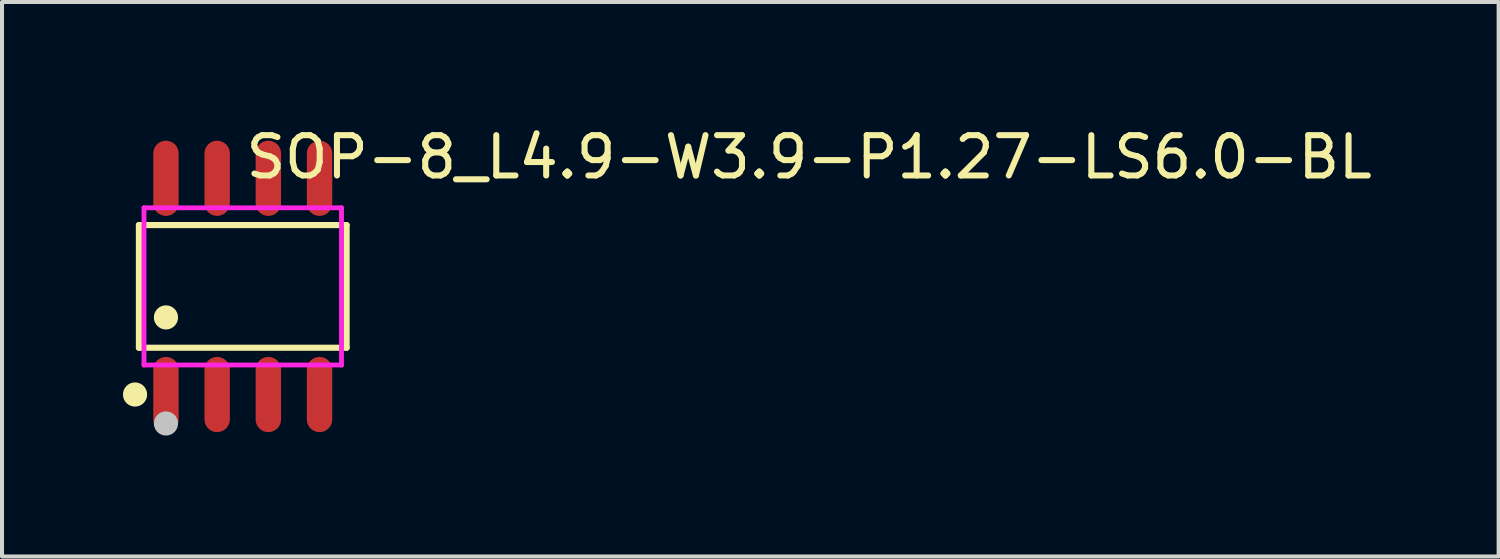
<source format=kicad_pcb>
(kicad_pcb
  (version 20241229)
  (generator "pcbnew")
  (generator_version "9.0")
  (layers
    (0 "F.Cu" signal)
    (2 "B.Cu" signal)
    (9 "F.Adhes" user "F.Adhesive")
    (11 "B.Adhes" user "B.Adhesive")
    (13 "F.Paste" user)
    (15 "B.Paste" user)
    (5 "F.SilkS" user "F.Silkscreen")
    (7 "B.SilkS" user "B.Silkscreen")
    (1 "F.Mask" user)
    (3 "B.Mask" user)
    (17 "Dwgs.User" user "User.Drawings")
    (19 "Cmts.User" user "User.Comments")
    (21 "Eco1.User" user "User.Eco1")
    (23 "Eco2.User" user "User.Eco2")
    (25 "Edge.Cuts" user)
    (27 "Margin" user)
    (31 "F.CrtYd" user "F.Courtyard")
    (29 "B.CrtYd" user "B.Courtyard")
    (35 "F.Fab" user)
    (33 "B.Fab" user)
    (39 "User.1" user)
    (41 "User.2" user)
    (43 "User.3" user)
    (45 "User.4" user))
  (footprint "SOP-8_L4.9-W3.9-P1.27-LS6.0-BL"
    (layer "F.Cu")
    (at 2.972 4.055)
    (property "Reference" "SOP-8_L4.9-W3.9-P1.27-LS6.0-BL" (at 0 -3.207 0) (layer "F.SilkS") (effects (font (size 1 1) (thickness 0.15)) (justify left)))
    (attr through_hole)
    (fp_line (start -2.576 -1.521) (end 2.576 -1.521) (stroke (width 0.152) (type solid)) (layer "F.SilkS"))
    (fp_line (start -2.576 1.521) (end -2.576 -1.521) (stroke (width 0.152) (type solid)) (layer "F.SilkS"))
    (fp_line (start 2.576 -1.521) (end 2.576 1.521) (stroke (width 0.152) (type solid)) (layer "F.SilkS"))
    (fp_line (start 2.576 1.521) (end -2.576 1.521) (stroke (width 0.152) (type solid)) (layer "F.SilkS"))
    (fp_circle (center -2.672 2.682) (end -2.522 2.682) (stroke (width 0.3) (type solid)) (fill no) (layer "F.SilkS"))
    (fp_circle (center -1.905 0.769) (end -1.755 0.769) (stroke (width 0.3) (type solid)) (fill no) (layer "F.SilkS"))
    (fp_circle (center -1.905 3.4) (end -1.755 3.4) (stroke (width 0.3) (type solid)) (fill no) (layer "Dwgs.User"))
    (fp_line (start -2.115 -2.175) (end -1.695 -2.175) (stroke (width 0.12) (type solid)) (layer "Eco2.User"))
    (fp_line (start -2.115 -1.94) (end -2.115 -2.175) (stroke (width 0.12) (type solid)) (layer "Eco2.User"))
    (fp_line (start -2.115 1.94) (end -1.695 1.94) (stroke (width 0.12) (type solid)) (layer "Eco2.User"))
    (fp_line (start -2.115 2.175) (end -2.115 1.94) (stroke (width 0.12) (type solid)) (layer "Eco2.User"))
    (fp_line (start -1.695 -2.175) (end -1.695 -1.94) (stroke (width 0.12) (type solid)) (layer "Eco2.User"))
    (fp_line (start -1.695 -1.94) (end -2.115 -1.94) (stroke (width 0.12) (type solid)) (layer "Eco2.User"))
    (fp_line (start -1.695 1.94) (end -1.695 2.175) (stroke (width 0.12) (type solid)) (layer "Eco2.User"))
    (fp_line (start -1.695 2.175) (end -2.115 2.175) (stroke (width 0.12) (type solid)) (layer "Eco2.User"))
    (fp_line (start -0.845 -2.175) (end -0.425 -2.175) (stroke (width 0.12) (type solid)) (layer "Eco2.User"))
    (fp_line (start -0.845 -1.94) (end -0.845 -2.175) (stroke (width 0.12) (type solid)) (layer "Eco2.User"))
    (fp_line (start -0.845 1.94) (end -0.425 1.94) (stroke (width 0.12) (type solid)) (layer "Eco2.User"))
    (fp_line (start -0.845 2.175) (end -0.845 1.94) (stroke (width 0.12) (type solid)) (layer "Eco2.User"))
    (fp_line (start -0.425 -2.175) (end -0.425 -1.94) (stroke (width 0.12) (type solid)) (layer "Eco2.User"))
    (fp_line (start -0.425 -1.94) (end -0.845 -1.94) (stroke (width 0.12) (type solid)) (layer "Eco2.User"))
    (fp_line (start -0.425 1.94) (end -0.425 2.175) (stroke (width 0.12) (type solid)) (layer "Eco2.User"))
    (fp_line (start -0.425 2.175) (end -0.845 2.175) (stroke (width 0.12) (type solid)) (layer "Eco2.User"))
    (fp_line (start 0.425 -2.175) (end 0.845 -2.175) (stroke (width 0.12) (type solid)) (layer "Eco2.User"))
    (fp_line (start 0.425 -1.94) (end 0.425 -2.175) (stroke (width 0.12) (type solid)) (layer "Eco2.User"))
    (fp_line (start 0.425 1.94) (end 0.845 1.94) (stroke (width 0.12) (type solid)) (layer "Eco2.User"))
    (fp_line (start 0.425 2.175) (end 0.425 1.94) (stroke (width 0.12) (type solid)) (layer "Eco2.User"))
    (fp_line (start 0.845 -2.175) (end 0.845 -1.94) (stroke (width 0.12) (type solid)) (layer "Eco2.User"))
    (fp_line (start 0.845 -1.94) (end 0.425 -1.94) (stroke (width 0.12) (type solid)) (layer "Eco2.User"))
    (fp_line (start 0.845 1.94) (end 0.845 2.175) (stroke (width 0.12) (type solid)) (layer "Eco2.User"))
    (fp_line (start 0.845 2.175) (end 0.425 2.175) (stroke (width 0.12) (type solid)) (layer "Eco2.User"))
    (fp_line (start 1.695 -2.175) (end 2.115 -2.175) (stroke (width 0.12) (type solid)) (layer "Eco2.User"))
    (fp_line (start 1.695 -1.94) (end 1.695 -2.175) (stroke (width 0.12) (type solid)) (layer "Eco2.User"))
    (fp_line (start 1.695 1.94) (end 2.115 1.94) (stroke (width 0.12) (type solid)) (layer "Eco2.User"))
    (fp_line (start 1.695 2.175) (end 1.695 1.94) (stroke (width 0.12) (type solid)) (layer "Eco2.User"))
    (fp_line (start 2.115 -2.175) (end 2.115 -1.94) (stroke (width 0.12) (type solid)) (layer "Eco2.User"))
    (fp_line (start 2.115 -1.94) (end 1.695 -1.94) (stroke (width 0.12) (type solid)) (layer "Eco2.User"))
    (fp_line (start 2.115 1.94) (end 2.115 2.175) (stroke (width 0.12) (type solid)) (layer "Eco2.User"))
    (fp_line (start 2.115 2.175) (end 1.695 2.175) (stroke (width 0.12) (type solid)) (layer "Eco2.User"))
    (fp_circle (center -2.45 3) (end -2.42 3) (stroke (width 0.06) (type solid)) (fill no) (layer "Eco2.User"))
    (fp_poly (pts (xy -2.115 -2.165) (xy -2.115 -3) (xy -1.695 -3) (xy -1.695 -2.165)) (stroke (width 0.12) (type solid)) (fill no) (layer "Eco2.User"))
    (fp_poly (pts (xy -2.115 3) (xy -2.115 2.165) (xy -1.695 2.165) (xy -1.695 3)) (stroke (width 0.12) (type solid)) (fill no) (layer "Eco2.User"))
    (fp_poly (pts (xy -0.845 -2.165) (xy -0.845 -3) (xy -0.425 -3) (xy -0.425 -2.165)) (stroke (width 0.12) (type solid)) (fill no) (layer "Eco2.User"))
    (fp_poly (pts (xy -0.845 3) (xy -0.845 2.165) (xy -0.425 2.165) (xy -0.425 3)) (stroke (width 0.12) (type solid)) (fill no) (layer "Eco2.User"))
    (fp_poly (pts (xy 0.425 -2.165) (xy 0.425 -3) (xy 0.845 -3) (xy 0.845 -2.165)) (stroke (width 0.12) (type solid)) (fill no) (layer "Eco2.User"))
    (fp_poly (pts (xy 0.425 3) (xy 0.425 2.165) (xy 0.845 2.165) (xy 0.845 3)) (stroke (width 0.12) (type solid)) (fill no) (layer "Eco2.User"))
    (fp_poly (pts (xy 1.695 -2.165) (xy 1.695 -3) (xy 2.115 -3) (xy 2.115 -2.165)) (stroke (width 0.12) (type solid)) (fill no) (layer "Eco2.User"))
    (fp_poly (pts (xy 1.695 3) (xy 1.695 2.165) (xy 2.115 2.165) (xy 2.115 3)) (stroke (width 0.12) (type solid)) (fill no) (layer "Eco2.User"))
    (fp_line (start -2.45 -1.95) (end 2.45 -1.95) (stroke (width 0.12) (type solid)) (layer "F.CrtYd"))
    (fp_line (start -2.45 1.95) (end -2.45 -1.95) (stroke (width 0.12) (type solid)) (layer "F.CrtYd"))
    (fp_line (start 2.45 -1.95) (end 2.45 1.95) (stroke (width 0.12) (type solid)) (layer "F.CrtYd"))
    (fp_line (start 2.45 1.95) (end -2.45 1.95) (stroke (width 0.12) (type solid)) (layer "F.CrtYd"))
    (pad "1" smd oval (at -1.905 2.682) (size 0.63 1.865) (layers "F.Cu" "F.Mask" "F.Paste"))
    (pad "2" smd oval (at -0.635 2.682) (size 0.63 1.865) (layers "F.Cu" "F.Mask" "F.Paste"))
    (pad "3" smd oval (at 0.635 2.682) (size 0.63 1.865) (layers "F.Cu" "F.Mask" "F.Paste"))
    (pad "4" smd oval (at 1.905 2.682) (size 0.63 1.865) (layers "F.Cu" "F.Mask" "F.Paste"))
    (pad "5" smd oval (at 1.905 -2.682) (size 0.63 1.865) (layers "F.Cu" "F.Mask" "F.Paste"))
    (pad "6" smd oval (at 0.635 -2.682) (size 0.63 1.865) (layers "F.Cu" "F.Mask" "F.Paste"))
    (pad "7" smd oval (at -0.635 -2.682) (size 0.63 1.865) (layers "F.Cu" "F.Mask" "F.Paste"))
    (pad "8" smd oval (at -1.905 -2.682) (size 0.63 1.865) (layers "F.Cu" "F.Mask" "F.Paste")))
  (gr_rect
    (start -3 -3)
    (end 34.127 10.755)
    (stroke (width 0.1) (type default))
    (fill no)
    (layer "Edge.Cuts")))
</source>
